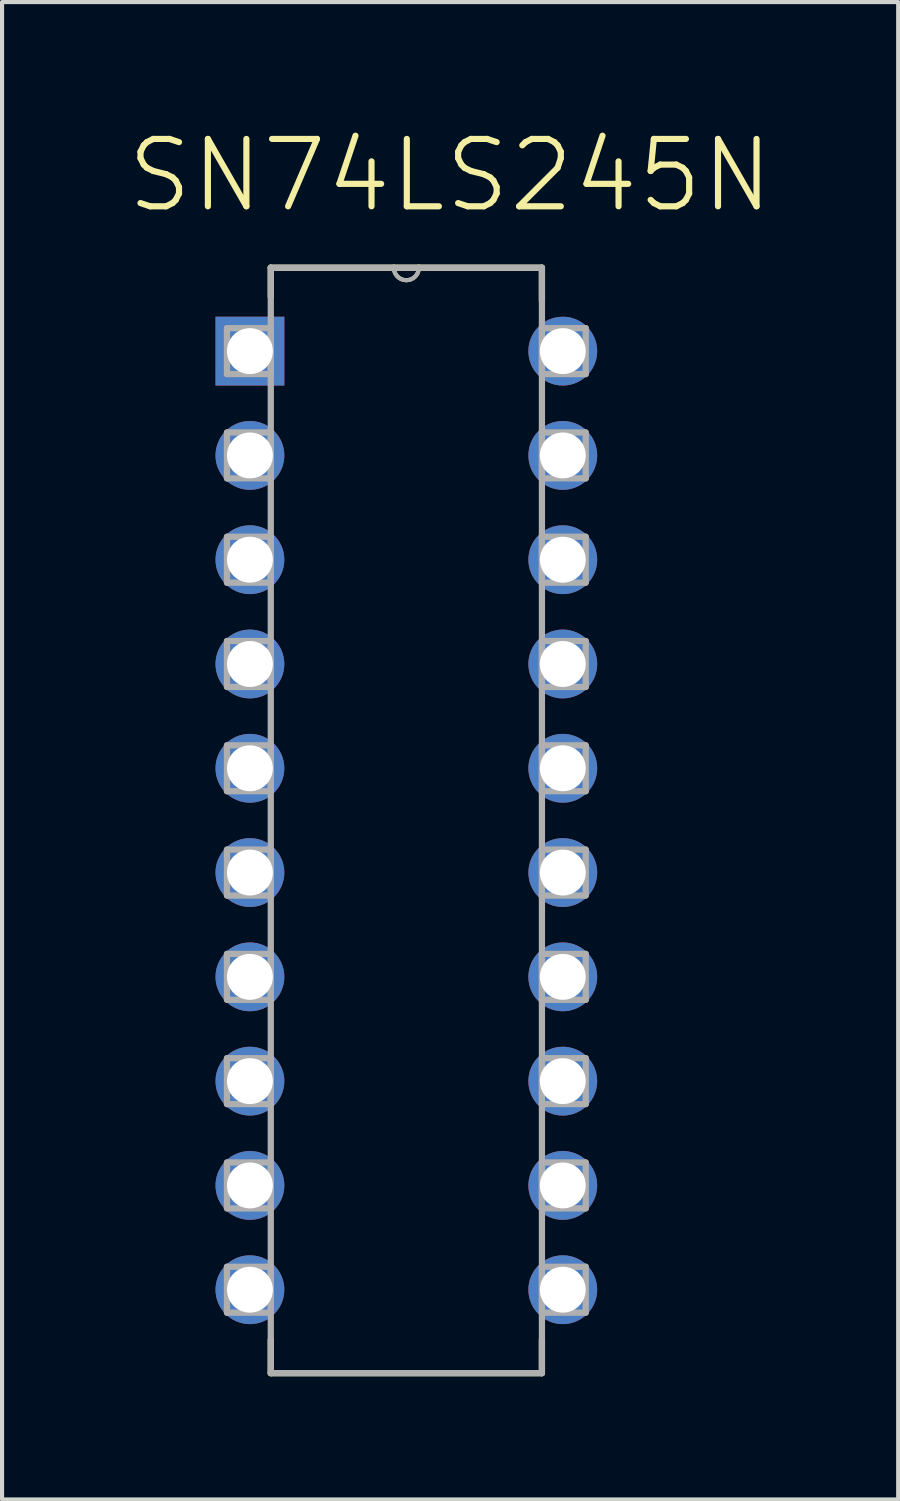
<source format=kicad_pcb>
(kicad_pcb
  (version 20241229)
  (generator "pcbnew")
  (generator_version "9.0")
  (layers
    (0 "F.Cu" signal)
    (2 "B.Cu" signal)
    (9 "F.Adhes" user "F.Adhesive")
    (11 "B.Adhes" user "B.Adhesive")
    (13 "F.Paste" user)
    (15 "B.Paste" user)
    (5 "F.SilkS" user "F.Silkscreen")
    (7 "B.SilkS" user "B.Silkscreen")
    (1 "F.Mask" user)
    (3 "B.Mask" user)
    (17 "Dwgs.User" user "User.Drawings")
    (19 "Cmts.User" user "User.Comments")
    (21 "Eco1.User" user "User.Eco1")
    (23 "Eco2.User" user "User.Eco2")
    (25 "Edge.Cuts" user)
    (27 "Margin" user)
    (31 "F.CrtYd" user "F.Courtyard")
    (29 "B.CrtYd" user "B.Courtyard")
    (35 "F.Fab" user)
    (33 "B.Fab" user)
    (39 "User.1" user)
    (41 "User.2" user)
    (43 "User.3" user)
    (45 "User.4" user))
  (footprint "SN74LS245N"
    (layer "F.Cu")
    (at 10.657 28.362)
    (property "Reference" "SN74LS245N" (at -2.744 -27.139 0) (layer "F.SilkS") (effects (font (size 1.641 1.641) (thickness 0.15))))
    (attr through_hole)
    (fp_line (start -7.112 -24.892) (end -7.112 -24.181) (stroke (width 0.152) (type solid)) (layer "F.SilkS"))
    (fp_line (start -7.112 1.219) (end -7.112 2.032) (stroke (width 0.152) (type solid)) (layer "F.SilkS"))
    (fp_line (start -7.112 2.032) (end -0.508 2.032) (stroke (width 0.152) (type solid)) (layer "F.SilkS"))
    (fp_line (start -4.115 -24.892) (end -7.112 -24.892) (stroke (width 0.152) (type solid)) (layer "F.SilkS"))
    (fp_line (start -3.505 -24.892) (end -4.115 -24.892) (stroke (width 0.152) (type solid)) (layer "F.SilkS"))
    (fp_line (start -0.508 -24.892) (end -3.505 -24.892) (stroke (width 0.152) (type solid)) (layer "F.SilkS"))
    (fp_line (start -0.508 -24.079) (end -0.508 -24.892) (stroke (width 0.152) (type solid)) (layer "F.SilkS"))
    (fp_line (start -0.508 2.032) (end -0.508 1.219) (stroke (width 0.152) (type solid)) (layer "F.SilkS"))
    (fp_arc (start -3.5052 -24.892) (mid -3.81 -24.5872) (end -4.1148 -24.892) (stroke (width 0.1) (type solid)) (layer "F.SilkS"))
    (fp_line (start -8.179 -23.419) (end -8.179 -22.301) (stroke (width 0.152) (type solid)) (layer "F.Fab"))
    (fp_line (start -8.179 -22.301) (end -7.112 -22.301) (stroke (width 0.152) (type solid)) (layer "F.Fab"))
    (fp_line (start -8.179 -20.879) (end -8.179 -19.761) (stroke (width 0.152) (type solid)) (layer "F.Fab"))
    (fp_line (start -8.179 -19.761) (end -7.112 -19.761) (stroke (width 0.152) (type solid)) (layer "F.Fab"))
    (fp_line (start -8.179 -18.339) (end -8.179 -17.221) (stroke (width 0.152) (type solid)) (layer "F.Fab"))
    (fp_line (start -8.179 -17.221) (end -7.112 -17.221) (stroke (width 0.152) (type solid)) (layer "F.Fab"))
    (fp_line (start -8.179 -15.799) (end -8.179 -14.681) (stroke (width 0.152) (type solid)) (layer "F.Fab"))
    (fp_line (start -8.179 -14.681) (end -7.112 -14.681) (stroke (width 0.152) (type solid)) (layer "F.Fab"))
    (fp_line (start -8.179 -13.259) (end -8.179 -12.141) (stroke (width 0.152) (type solid)) (layer "F.Fab"))
    (fp_line (start -8.179 -12.141) (end -7.112 -12.141) (stroke (width 0.152) (type solid)) (layer "F.Fab"))
    (fp_line (start -8.179 -10.719) (end -8.179 -9.601) (stroke (width 0.152) (type solid)) (layer "F.Fab"))
    (fp_line (start -8.179 -9.601) (end -7.112 -9.601) (stroke (width 0.152) (type solid)) (layer "F.Fab"))
    (fp_line (start -8.179 -8.179) (end -8.179 -7.061) (stroke (width 0.152) (type solid)) (layer "F.Fab"))
    (fp_line (start -8.179 -7.061) (end -7.112 -7.061) (stroke (width 0.152) (type solid)) (layer "F.Fab"))
    (fp_line (start -8.179 -5.639) (end -8.179 -4.521) (stroke (width 0.152) (type solid)) (layer "F.Fab"))
    (fp_line (start -8.179 -4.521) (end -7.112 -4.521) (stroke (width 0.152) (type solid)) (layer "F.Fab"))
    (fp_line (start -8.179 -3.099) (end -8.179 -1.981) (stroke (width 0.152) (type solid)) (layer "F.Fab"))
    (fp_line (start -8.179 -1.981) (end -7.112 -1.981) (stroke (width 0.152) (type solid)) (layer "F.Fab"))
    (fp_line (start -8.179 -0.559) (end -8.179 0.559) (stroke (width 0.152) (type solid)) (layer "F.Fab"))
    (fp_line (start -8.179 0.559) (end -7.112 0.559) (stroke (width 0.152) (type solid)) (layer "F.Fab"))
    (fp_line (start -7.112 -24.892) (end -7.112 2.032) (stroke (width 0.152) (type solid)) (layer "F.Fab"))
    (fp_line (start -7.112 -23.419) (end -8.179 -23.419) (stroke (width 0.152) (type solid)) (layer "F.Fab"))
    (fp_line (start -7.112 -22.301) (end -7.112 -23.419) (stroke (width 0.152) (type solid)) (layer "F.Fab"))
    (fp_line (start -7.112 -20.879) (end -8.179 -20.879) (stroke (width 0.152) (type solid)) (layer "F.Fab"))
    (fp_line (start -7.112 -19.761) (end -7.112 -20.879) (stroke (width 0.152) (type solid)) (layer "F.Fab"))
    (fp_line (start -7.112 -18.339) (end -8.179 -18.339) (stroke (width 0.152) (type solid)) (layer "F.Fab"))
    (fp_line (start -7.112 -17.221) (end -7.112 -18.339) (stroke (width 0.152) (type solid)) (layer "F.Fab"))
    (fp_line (start -7.112 -15.799) (end -8.179 -15.799) (stroke (width 0.152) (type solid)) (layer "F.Fab"))
    (fp_line (start -7.112 -14.681) (end -7.112 -15.799) (stroke (width 0.152) (type solid)) (layer "F.Fab"))
    (fp_line (start -7.112 -13.259) (end -8.179 -13.259) (stroke (width 0.152) (type solid)) (layer "F.Fab"))
    (fp_line (start -7.112 -12.141) (end -7.112 -13.259) (stroke (width 0.152) (type solid)) (layer "F.Fab"))
    (fp_line (start -7.112 -10.719) (end -8.179 -10.719) (stroke (width 0.152) (type solid)) (layer "F.Fab"))
    (fp_line (start -7.112 -9.601) (end -7.112 -10.719) (stroke (width 0.152) (type solid)) (layer "F.Fab"))
    (fp_line (start -7.112 -8.179) (end -8.179 -8.179) (stroke (width 0.152) (type solid)) (layer "F.Fab"))
    (fp_line (start -7.112 -7.061) (end -7.112 -8.179) (stroke (width 0.152) (type solid)) (layer "F.Fab"))
    (fp_line (start -7.112 -5.639) (end -8.179 -5.639) (stroke (width 0.152) (type solid)) (layer "F.Fab"))
    (fp_line (start -7.112 -4.521) (end -7.112 -5.639) (stroke (width 0.152) (type solid)) (layer "F.Fab"))
    (fp_line (start -7.112 -3.099) (end -8.179 -3.099) (stroke (width 0.152) (type solid)) (layer "F.Fab"))
    (fp_line (start -7.112 -1.981) (end -7.112 -3.099) (stroke (width 0.152) (type solid)) (layer "F.Fab"))
    (fp_line (start -7.112 -0.559) (end -8.179 -0.559) (stroke (width 0.152) (type solid)) (layer "F.Fab"))
    (fp_line (start -7.112 0.559) (end -7.112 -0.559) (stroke (width 0.152) (type solid)) (layer "F.Fab"))
    (fp_line (start -7.112 2.032) (end -0.508 2.032) (stroke (width 0.152) (type solid)) (layer "F.Fab"))
    (fp_line (start -4.115 -24.892) (end -7.112 -24.892) (stroke (width 0.152) (type solid)) (layer "F.Fab"))
    (fp_line (start -3.505 -24.892) (end -4.115 -24.892) (stroke (width 0.152) (type solid)) (layer "F.Fab"))
    (fp_line (start -0.508 -24.892) (end -3.505 -24.892) (stroke (width 0.152) (type solid)) (layer "F.Fab"))
    (fp_line (start -0.508 -23.419) (end -0.508 -22.301) (stroke (width 0.152) (type solid)) (layer "F.Fab"))
    (fp_line (start -0.508 -22.301) (end 0.559 -22.301) (stroke (width 0.152) (type solid)) (layer "F.Fab"))
    (fp_line (start -0.508 -20.879) (end -0.508 -19.761) (stroke (width 0.152) (type solid)) (layer "F.Fab"))
    (fp_line (start -0.508 -19.761) (end 0.559 -19.761) (stroke (width 0.152) (type solid)) (layer "F.Fab"))
    (fp_line (start -0.508 -18.339) (end -0.508 -17.221) (stroke (width 0.152) (type solid)) (layer "F.Fab"))
    (fp_line (start -0.508 -17.221) (end 0.559 -17.221) (stroke (width 0.152) (type solid)) (layer "F.Fab"))
    (fp_line (start -0.508 -15.799) (end -0.508 -14.681) (stroke (width 0.152) (type solid)) (layer "F.Fab"))
    (fp_line (start -0.508 -14.681) (end 0.559 -14.681) (stroke (width 0.152) (type solid)) (layer "F.Fab"))
    (fp_line (start -0.508 -13.259) (end -0.508 -12.141) (stroke (width 0.152) (type solid)) (layer "F.Fab"))
    (fp_line (start -0.508 -12.141) (end 0.559 -12.141) (stroke (width 0.152) (type solid)) (layer "F.Fab"))
    (fp_line (start -0.508 -10.719) (end -0.508 -9.601) (stroke (width 0.152) (type solid)) (layer "F.Fab"))
    (fp_line (start -0.508 -9.601) (end 0.559 -9.601) (stroke (width 0.152) (type solid)) (layer "F.Fab"))
    (fp_line (start -0.508 -8.179) (end -0.508 -7.061) (stroke (width 0.152) (type solid)) (layer "F.Fab"))
    (fp_line (start -0.508 -7.061) (end 0.559 -7.061) (stroke (width 0.152) (type solid)) (layer "F.Fab"))
    (fp_line (start -0.508 -5.639) (end -0.508 -4.521) (stroke (width 0.152) (type solid)) (layer "F.Fab"))
    (fp_line (start -0.508 -4.521) (end 0.559 -4.521) (stroke (width 0.152) (type solid)) (layer "F.Fab"))
    (fp_line (start -0.508 -3.099) (end -0.508 -1.981) (stroke (width 0.152) (type solid)) (layer "F.Fab"))
    (fp_line (start -0.508 -1.981) (end 0.559 -1.981) (stroke (width 0.152) (type solid)) (layer "F.Fab"))
    (fp_line (start -0.508 -0.559) (end -0.508 0.559) (stroke (width 0.152) (type solid)) (layer "F.Fab"))
    (fp_line (start -0.508 0.559) (end 0.559 0.559) (stroke (width 0.152) (type solid)) (layer "F.Fab"))
    (fp_line (start -0.508 2.032) (end -0.508 -24.892) (stroke (width 0.152) (type solid)) (layer "F.Fab"))
    (fp_line (start 0.559 -23.419) (end -0.508 -23.419) (stroke (width 0.152) (type solid)) (layer "F.Fab"))
    (fp_line (start 0.559 -22.301) (end 0.559 -23.419) (stroke (width 0.152) (type solid)) (layer "F.Fab"))
    (fp_line (start 0.559 -20.879) (end -0.508 -20.879) (stroke (width 0.152) (type solid)) (layer "F.Fab"))
    (fp_line (start 0.559 -19.761) (end 0.559 -20.879) (stroke (width 0.152) (type solid)) (layer "F.Fab"))
    (fp_line (start 0.559 -18.339) (end -0.508 -18.339) (stroke (width 0.152) (type solid)) (layer "F.Fab"))
    (fp_line (start 0.559 -17.221) (end 0.559 -18.339) (stroke (width 0.152) (type solid)) (layer "F.Fab"))
    (fp_line (start 0.559 -15.799) (end -0.508 -15.799) (stroke (width 0.152) (type solid)) (layer "F.Fab"))
    (fp_line (start 0.559 -14.681) (end 0.559 -15.799) (stroke (width 0.152) (type solid)) (layer "F.Fab"))
    (fp_line (start 0.559 -13.259) (end -0.508 -13.259) (stroke (width 0.152) (type solid)) (layer "F.Fab"))
    (fp_line (start 0.559 -12.141) (end 0.559 -13.259) (stroke (width 0.152) (type solid)) (layer "F.Fab"))
    (fp_line (start 0.559 -10.719) (end -0.508 -10.719) (stroke (width 0.152) (type solid)) (layer "F.Fab"))
    (fp_line (start 0.559 -9.601) (end 0.559 -10.719) (stroke (width 0.152) (type solid)) (layer "F.Fab"))
    (fp_line (start 0.559 -8.179) (end -0.508 -8.179) (stroke (width 0.152) (type solid)) (layer "F.Fab"))
    (fp_line (start 0.559 -7.061) (end 0.559 -8.179) (stroke (width 0.152) (type solid)) (layer "F.Fab"))
    (fp_line (start 0.559 -5.639) (end -0.508 -5.639) (stroke (width 0.152) (type solid)) (layer "F.Fab"))
    (fp_line (start 0.559 -4.521) (end 0.559 -5.639) (stroke (width 0.152) (type solid)) (layer "F.Fab"))
    (fp_line (start 0.559 -3.099) (end -0.508 -3.099) (stroke (width 0.152) (type solid)) (layer "F.Fab"))
    (fp_line (start 0.559 -1.981) (end 0.559 -3.099) (stroke (width 0.152) (type solid)) (layer "F.Fab"))
    (fp_line (start 0.559 -0.559) (end -0.508 -0.559) (stroke (width 0.152) (type solid)) (layer "F.Fab"))
    (fp_line (start 0.559 0.559) (end 0.559 -0.559) (stroke (width 0.152) (type solid)) (layer "F.Fab"))
    (fp_arc (start -3.5052 -24.892) (mid -3.81 -24.5872) (end -4.1148 -24.892) (stroke (width 0.1) (type solid)) (layer "F.Fab"))
    (pad "1" thru_hole rect (at -7.62 -22.86) (size 1.676 1.676) (drill 1.118) (layers "*.Cu" "*.Mask"))
    (pad "2" thru_hole circle (at -7.62 -20.32) (size 1.676 1.676) (drill 1.118) (layers "*.Cu" "*.Mask"))
    (pad "3" thru_hole circle (at -7.62 -17.78) (size 1.676 1.676) (drill 1.118) (layers "*.Cu" "*.Mask"))
    (pad "4" thru_hole circle (at -7.62 -15.24) (size 1.676 1.676) (drill 1.118) (layers "*.Cu" "*.Mask"))
    (pad "5" thru_hole circle (at -7.62 -12.7) (size 1.676 1.676) (drill 1.118) (layers "*.Cu" "*.Mask"))
    (pad "6" thru_hole circle (at -7.62 -10.16) (size 1.676 1.676) (drill 1.118) (layers "*.Cu" "*.Mask"))
    (pad "7" thru_hole circle (at -7.62 -7.62) (size 1.676 1.676) (drill 1.118) (layers "*.Cu" "*.Mask"))
    (pad "8" thru_hole circle (at -7.62 -5.08) (size 1.676 1.676) (drill 1.118) (layers "*.Cu" "*.Mask"))
    (pad "9" thru_hole circle (at -7.62 -2.54) (size 1.676 1.676) (drill 1.118) (layers "*.Cu" "*.Mask"))
    (pad "10" thru_hole circle (at -7.62 0) (size 1.676 1.676) (drill 1.118) (layers "*.Cu" "*.Mask"))
    (pad "11" thru_hole circle (at 0 0) (size 1.676 1.676) (drill 1.118) (layers "*.Cu" "*.Mask"))
    (pad "12" thru_hole circle (at 0 -2.54) (size 1.676 1.676) (drill 1.118) (layers "*.Cu" "*.Mask"))
    (pad "13" thru_hole circle (at 0 -5.08) (size 1.676 1.676) (drill 1.118) (layers "*.Cu" "*.Mask"))
    (pad "14" thru_hole circle (at 0 -7.62) (size 1.676 1.676) (drill 1.118) (layers "*.Cu" "*.Mask"))
    (pad "15" thru_hole circle (at 0 -10.16) (size 1.676 1.676) (drill 1.118) (layers "*.Cu" "*.Mask"))
    (pad "16" thru_hole circle (at 0 -12.7) (size 1.676 1.676) (drill 1.118) (layers "*.Cu" "*.Mask"))
    (pad "17" thru_hole circle (at 0 -15.24) (size 1.676 1.676) (drill 1.118) (layers "*.Cu" "*.Mask"))
    (pad "18" thru_hole circle (at 0 -17.78) (size 1.676 1.676) (drill 1.118) (layers "*.Cu" "*.Mask"))
    (pad "19" thru_hole circle (at 0 -20.32) (size 1.676 1.676) (drill 1.118) (layers "*.Cu" "*.Mask"))
    (pad "20" thru_hole circle (at 0 -22.86) (size 1.676 1.676) (drill 1.118) (layers "*.Cu" "*.Mask")))
  (gr_rect
    (start -3 -3)
    (end 18.826 33.47)
    (stroke (width 0.1) (type default))
    (fill no)
    (layer "Edge.Cuts")))
</source>
